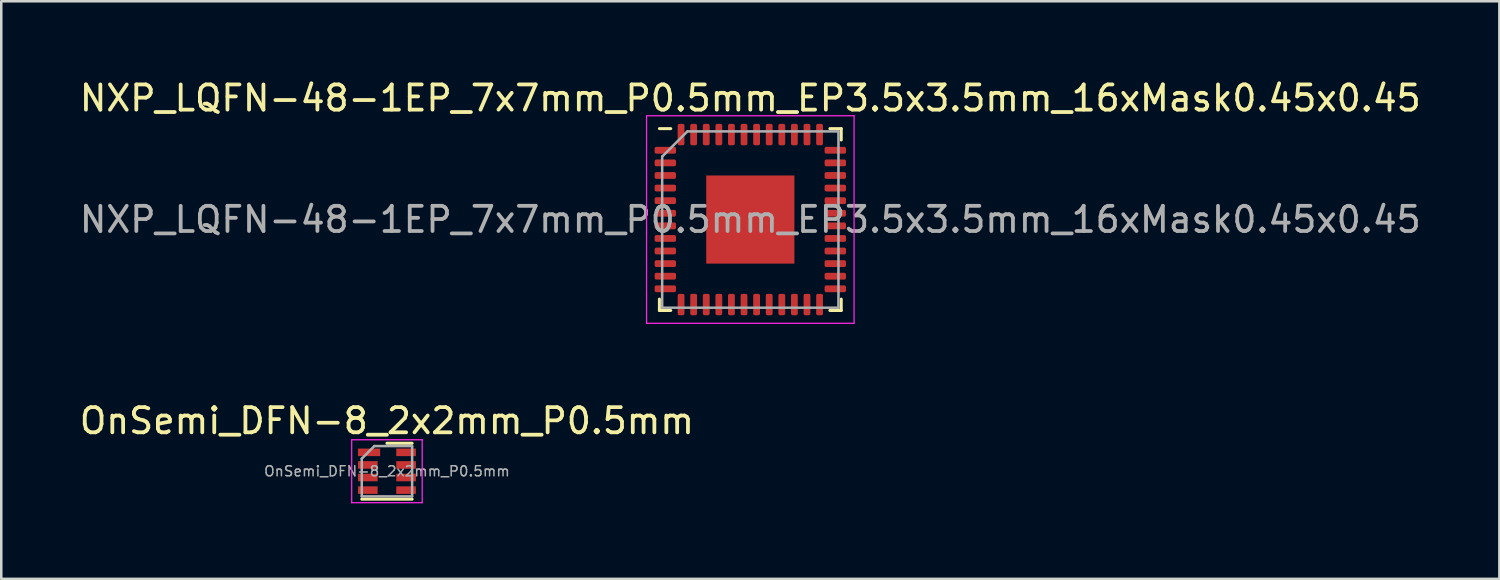
<source format=kicad_pcb>
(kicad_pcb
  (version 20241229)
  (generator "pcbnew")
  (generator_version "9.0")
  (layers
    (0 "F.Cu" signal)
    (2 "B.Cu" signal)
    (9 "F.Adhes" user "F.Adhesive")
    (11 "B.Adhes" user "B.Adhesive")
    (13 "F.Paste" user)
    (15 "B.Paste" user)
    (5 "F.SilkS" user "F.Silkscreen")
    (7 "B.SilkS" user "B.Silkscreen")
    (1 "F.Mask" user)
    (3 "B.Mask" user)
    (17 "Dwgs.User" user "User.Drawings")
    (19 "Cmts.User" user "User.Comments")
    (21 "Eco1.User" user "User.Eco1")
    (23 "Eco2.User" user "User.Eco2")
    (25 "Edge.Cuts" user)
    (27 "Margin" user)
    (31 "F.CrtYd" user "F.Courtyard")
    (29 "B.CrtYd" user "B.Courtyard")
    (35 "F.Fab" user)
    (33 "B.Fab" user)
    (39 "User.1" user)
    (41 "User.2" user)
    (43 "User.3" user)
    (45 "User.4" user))
  (footprint "OnSemi_DFN-8_2x2mm_P0.5mm"
    (layer "F.Cu")
    (at 12.315 15.662)
    (property "Reference" "OnSemi_DFN-8_2x2mm_P0.5mm" (at 0 -2 0) (layer "F.SilkS") (effects (font (size 1 1) (thickness 0.15))))
    (attr smd)
    (fp_line (start -1 1.11) (end 1 1.11) (stroke (width 0.12) (type solid)) (layer "F.SilkS"))
    (fp_line (start 0 -1.11) (end 1 -1.11) (stroke (width 0.12) (type solid)) (layer "F.SilkS"))
    (fp_line (start -1.4 -1.25) (end -1.4 1.25) (stroke (width 0.05) (type solid)) (layer "F.CrtYd"))
    (fp_line (start -1.4 -1.25) (end 1.4 -1.25) (stroke (width 0.05) (type solid)) (layer "F.CrtYd"))
    (fp_line (start -1.4 1.25) (end 1.4 1.25) (stroke (width 0.05) (type solid)) (layer "F.CrtYd"))
    (fp_line (start 1.4 -1.25) (end 1.4 1.25) (stroke (width 0.05) (type solid)) (layer "F.CrtYd"))
    (fp_line (start -1 -0.5) (end -0.5 -1) (stroke (width 0.1) (type solid)) (layer "F.Fab"))
    (fp_line (start -1 1) (end -1 -0.5) (stroke (width 0.1) (type solid)) (layer "F.Fab"))
    (fp_line (start -0.5 -1) (end 1 -1) (stroke (width 0.1) (type solid)) (layer "F.Fab"))
    (fp_line (start 1 -1) (end 1 1) (stroke (width 0.1) (type solid)) (layer "F.Fab"))
    (fp_line (start 1 1) (end -1 1) (stroke (width 0.1) (type solid)) (layer "F.Fab"))
    (fp_text user "${REFERENCE}" (at 0 0 0) (layer "F.Fab") (effects (font (size 0.4 0.4) (thickness 0.06))))
    (pad "1" smd rect (at -0.71 -0.75) (size 0.88 0.3) (layers "F.Cu" "F.Mask" "F.Paste"))
    (pad "2" smd rect (at -0.76 -0.25) (size 0.78 0.3) (layers "F.Cu" "F.Mask" "F.Paste"))
    (pad "3" smd rect (at -0.76 0.25) (size 0.78 0.3) (layers "F.Cu" "F.Mask" "F.Paste"))
    (pad "4" smd rect (at -0.76 0.75) (size 0.78 0.3) (layers "F.Cu" "F.Mask" "F.Paste"))
    (pad "5" smd rect (at 0.76 0.75) (size 0.78 0.3) (layers "F.Cu" "F.Mask" "F.Paste"))
    (pad "6" smd rect (at 0.76 0.25) (size 0.78 0.3) (layers "F.Cu" "F.Mask" "F.Paste"))
    (pad "7" smd rect (at 0.76 -0.25) (size 0.78 0.3) (layers "F.Cu" "F.Mask" "F.Paste"))
    (pad "8" smd rect (at 0.76 -0.75) (size 0.78 0.3) (layers "F.Cu" "F.Mask" "F.Paste")))
  (footprint "NXP_LQFN-48-1EP_7x7mm_P0.5mm_EP3.5x3.5mm_16xMask0.45x0.45"
    (layer "F.Cu")
    (at 26.744 5.668)
    (property "Reference" "NXP_LQFN-48-1EP_7x7mm_P0.5mm_EP3.5x3.5mm_16xMask0.45x0.45" (at 0 -4.82 0) (layer "F.SilkS") (effects (font (size 1 1) (thickness 0.15))))
    (attr smd)
    (fp_line (start -3.61 3.61) (end -3.61 3.16) (stroke (width 0.12) (type solid)) (layer "F.SilkS"))
    (fp_line (start -3.16 -3.61) (end -3.61 -3.61) (stroke (width 0.12) (type solid)) (layer "F.SilkS"))
    (fp_line (start -3.16 3.61) (end -3.61 3.61) (stroke (width 0.12) (type solid)) (layer "F.SilkS"))
    (fp_line (start 3.16 -3.61) (end 3.61 -3.61) (stroke (width 0.12) (type solid)) (layer "F.SilkS"))
    (fp_line (start 3.16 3.61) (end 3.61 3.61) (stroke (width 0.12) (type solid)) (layer "F.SilkS"))
    (fp_line (start 3.61 -3.61) (end 3.61 -3.16) (stroke (width 0.12) (type solid)) (layer "F.SilkS"))
    (fp_line (start 3.61 3.61) (end 3.61 3.16) (stroke (width 0.12) (type solid)) (layer "F.SilkS"))
    (fp_line (start -4.12 -4.12) (end -4.12 4.12) (stroke (width 0.05) (type solid)) (layer "F.CrtYd"))
    (fp_line (start -4.12 4.12) (end 4.12 4.12) (stroke (width 0.05) (type solid)) (layer "F.CrtYd"))
    (fp_line (start 4.12 -4.12) (end -4.12 -4.12) (stroke (width 0.05) (type solid)) (layer "F.CrtYd"))
    (fp_line (start 4.12 4.12) (end 4.12 -4.12) (stroke (width 0.05) (type solid)) (layer "F.CrtYd"))
    (fp_line (start -3.5 -2.5) (end -2.5 -3.5) (stroke (width 0.1) (type solid)) (layer "F.Fab"))
    (fp_line (start -3.5 3.5) (end -3.5 -2.5) (stroke (width 0.1) (type solid)) (layer "F.Fab"))
    (fp_line (start -2.5 -3.5) (end 3.5 -3.5) (stroke (width 0.1) (type solid)) (layer "F.Fab"))
    (fp_line (start 3.5 -3.5) (end 3.5 3.5) (stroke (width 0.1) (type solid)) (layer "F.Fab"))
    (fp_line (start 3.5 3.5) (end -3.5 3.5) (stroke (width 0.1) (type solid)) (layer "F.Fab"))
    (fp_text user "${REFERENCE}" (at 0 0 0) (layer "F.Fab") (effects (font (size 1 1) (thickness 0.15))))
    (pad "" smd rect (at -1.5 -1.5) (size 0.45 0.45) (layers "F.Mask" "F.Paste"))
    (pad "" smd rect (at -1.5 -0.5) (size 0.45 0.45) (layers "F.Mask" "F.Paste"))
    (pad "" smd rect (at -1.5 0.5) (size 0.45 0.45) (layers "F.Mask" "F.Paste"))
    (pad "" smd rect (at -1.5 1.5) (size 0.45 0.45) (layers "F.Mask" "F.Paste"))
    (pad "" smd rect (at -0.5 -1.5) (size 0.45 0.45) (layers "F.Mask" "F.Paste"))
    (pad "" smd rect (at -0.5 -0.5) (size 0.45 0.45) (layers "F.Mask" "F.Paste"))
    (pad "" smd rect (at -0.5 0.5) (size 0.45 0.45) (layers "F.Mask" "F.Paste"))
    (pad "" smd rect (at -0.5 1.5) (size 0.45 0.45) (layers "F.Mask" "F.Paste"))
    (pad "" smd rect (at 0.5 -1.5) (size 0.45 0.45) (layers "F.Mask" "F.Paste"))
    (pad "" smd rect (at 0.5 -0.5) (size 0.45 0.45) (layers "F.Mask" "F.Paste"))
    (pad "" smd rect (at 0.5 0.5) (size 0.45 0.45) (layers "F.Mask" "F.Paste"))
    (pad "" smd rect (at 0.5 1.5) (size 0.45 0.45) (layers "F.Mask" "F.Paste"))
    (pad "" smd rect (at 1.5 -1.5) (size 0.45 0.45) (layers "F.Mask" "F.Paste"))
    (pad "" smd rect (at 1.5 -0.5) (size 0.45 0.45) (layers "F.Mask" "F.Paste"))
    (pad "" smd rect (at 1.5 0.5) (size 0.45 0.45) (layers "F.Mask" "F.Paste"))
    (pad "" smd rect (at 1.5 1.5) (size 0.45 0.45) (layers "F.Mask" "F.Paste"))
    (pad "1" smd roundrect (at -3.375 -2.75) (size 0.85 0.27) (layers "F.Cu" "F.Mask" "F.Paste") (roundrect_rratio 0.25))
    (pad "2" smd roundrect (at -3.375 -2.25) (size 0.85 0.27) (layers "F.Cu" "F.Mask" "F.Paste") (roundrect_rratio 0.25))
    (pad "3" smd roundrect (at -3.375 -1.75) (size 0.85 0.27) (layers "F.Cu" "F.Mask" "F.Paste") (roundrect_rratio 0.25))
    (pad "4" smd roundrect (at -3.375 -1.25) (size 0.85 0.27) (layers "F.Cu" "F.Mask" "F.Paste") (roundrect_rratio 0.25))
    (pad "5" smd roundrect (at -3.375 -0.75) (size 0.85 0.27) (layers "F.Cu" "F.Mask" "F.Paste") (roundrect_rratio 0.25))
    (pad "6" smd roundrect (at -3.375 -0.25) (size 0.85 0.27) (layers "F.Cu" "F.Mask" "F.Paste") (roundrect_rratio 0.25))
    (pad "7" smd roundrect (at -3.375 0.25) (size 0.85 0.27) (layers "F.Cu" "F.Mask" "F.Paste") (roundrect_rratio 0.25))
    (pad "8" smd roundrect (at -3.375 0.75) (size 0.85 0.27) (layers "F.Cu" "F.Mask" "F.Paste") (roundrect_rratio 0.25))
    (pad "9" smd roundrect (at -3.375 1.25) (size 0.85 0.27) (layers "F.Cu" "F.Mask" "F.Paste") (roundrect_rratio 0.25))
    (pad "10" smd roundrect (at -3.375 1.75) (size 0.85 0.27) (layers "F.Cu" "F.Mask" "F.Paste") (roundrect_rratio 0.25))
    (pad "11" smd roundrect (at -3.375 2.25) (size 0.85 0.27) (layers "F.Cu" "F.Mask" "F.Paste") (roundrect_rratio 0.25))
    (pad "12" smd roundrect (at -3.375 2.75) (size 0.85 0.27) (layers "F.Cu" "F.Mask" "F.Paste") (roundrect_rratio 0.25))
    (pad "13" smd roundrect (at -2.75 3.375) (size 0.27 0.85) (layers "F.Cu" "F.Mask" "F.Paste") (roundrect_rratio 0.25))
    (pad "14" smd roundrect (at -2.25 3.375) (size 0.27 0.85) (layers "F.Cu" "F.Mask" "F.Paste") (roundrect_rratio 0.25))
    (pad "15" smd roundrect (at -1.75 3.375) (size 0.27 0.85) (layers "F.Cu" "F.Mask" "F.Paste") (roundrect_rratio 0.25))
    (pad "16" smd roundrect (at -1.25 3.375) (size 0.27 0.85) (layers "F.Cu" "F.Mask" "F.Paste") (roundrect_rratio 0.25))
    (pad "17" smd roundrect (at -0.75 3.375) (size 0.27 0.85) (layers "F.Cu" "F.Mask" "F.Paste") (roundrect_rratio 0.25))
    (pad "18" smd roundrect (at -0.25 3.375) (size 0.27 0.85) (layers "F.Cu" "F.Mask" "F.Paste") (roundrect_rratio 0.25))
    (pad "19" smd roundrect (at 0.25 3.375) (size 0.27 0.85) (layers "F.Cu" "F.Mask" "F.Paste") (roundrect_rratio 0.25))
    (pad "20" smd roundrect (at 0.75 3.375) (size 0.27 0.85) (layers "F.Cu" "F.Mask" "F.Paste") (roundrect_rratio 0.25))
    (pad "21" smd roundrect (at 1.25 3.375) (size 0.27 0.85) (layers "F.Cu" "F.Mask" "F.Paste") (roundrect_rratio 0.25))
    (pad "22" smd roundrect (at 1.75 3.375) (size 0.27 0.85) (layers "F.Cu" "F.Mask" "F.Paste") (roundrect_rratio 0.25))
    (pad "23" smd roundrect (at 2.25 3.375) (size 0.27 0.85) (layers "F.Cu" "F.Mask" "F.Paste") (roundrect_rratio 0.25))
    (pad "24" smd roundrect (at 2.75 3.375) (size 0.27 0.85) (layers "F.Cu" "F.Mask" "F.Paste") (roundrect_rratio 0.25))
    (pad "25" smd roundrect (at 3.375 2.75) (size 0.85 0.27) (layers "F.Cu" "F.Mask" "F.Paste") (roundrect_rratio 0.25))
    (pad "26" smd roundrect (at 3.375 2.25) (size 0.85 0.27) (layers "F.Cu" "F.Mask" "F.Paste") (roundrect_rratio 0.25))
    (pad "27" smd roundrect (at 3.375 1.75) (size 0.85 0.27) (layers "F.Cu" "F.Mask" "F.Paste") (roundrect_rratio 0.25))
    (pad "28" smd roundrect (at 3.375 1.25) (size 0.85 0.27) (layers "F.Cu" "F.Mask" "F.Paste") (roundrect_rratio 0.25))
    (pad "29" smd roundrect (at 3.375 0.75) (size 0.85 0.27) (layers "F.Cu" "F.Mask" "F.Paste") (roundrect_rratio 0.25))
    (pad "30" smd roundrect (at 3.375 0.25) (size 0.85 0.27) (layers "F.Cu" "F.Mask" "F.Paste") (roundrect_rratio 0.25))
    (pad "31" smd roundrect (at 3.375 -0.25) (size 0.85 0.27) (layers "F.Cu" "F.Mask" "F.Paste") (roundrect_rratio 0.25))
    (pad "32" smd roundrect (at 3.375 -0.75) (size 0.85 0.27) (layers "F.Cu" "F.Mask" "F.Paste") (roundrect_rratio 0.25))
    (pad "33" smd roundrect (at 3.375 -1.25) (size 0.85 0.27) (layers "F.Cu" "F.Mask" "F.Paste") (roundrect_rratio 0.25))
    (pad "34" smd roundrect (at 3.375 -1.75) (size 0.85 0.27) (layers "F.Cu" "F.Mask" "F.Paste") (roundrect_rratio 0.25))
    (pad "35" smd roundrect (at 3.375 -2.25) (size 0.85 0.27) (layers "F.Cu" "F.Mask" "F.Paste") (roundrect_rratio 0.25))
    (pad "36" smd roundrect (at 3.375 -2.75) (size 0.85 0.27) (layers "F.Cu" "F.Mask" "F.Paste") (roundrect_rratio 0.25))
    (pad "37" smd roundrect (at 2.75 -3.375) (size 0.27 0.85) (layers "F.Cu" "F.Mask" "F.Paste") (roundrect_rratio 0.25))
    (pad "38" smd roundrect (at 2.25 -3.375) (size 0.27 0.85) (layers "F.Cu" "F.Mask" "F.Paste") (roundrect_rratio 0.25))
    (pad "39" smd roundrect (at 1.75 -3.375) (size 0.27 0.85) (layers "F.Cu" "F.Mask" "F.Paste") (roundrect_rratio 0.25))
    (pad "40" smd roundrect (at 1.25 -3.375) (size 0.27 0.85) (layers "F.Cu" "F.Mask" "F.Paste") (roundrect_rratio 0.25))
    (pad "41" smd roundrect (at 0.75 -3.375) (size 0.27 0.85) (layers "F.Cu" "F.Mask" "F.Paste") (roundrect_rratio 0.25))
    (pad "42" smd roundrect (at 0.25 -3.375) (size 0.27 0.85) (layers "F.Cu" "F.Mask" "F.Paste") (roundrect_rratio 0.25))
    (pad "43" smd roundrect (at -0.25 -3.375) (size 0.27 0.85) (layers "F.Cu" "F.Mask" "F.Paste") (roundrect_rratio 0.25))
    (pad "44" smd roundrect (at -0.75 -3.375) (size 0.27 0.85) (layers "F.Cu" "F.Mask" "F.Paste") (roundrect_rratio 0.25))
    (pad "45" smd roundrect (at -1.25 -3.375) (size 0.27 0.85) (layers "F.Cu" "F.Mask" "F.Paste") (roundrect_rratio 0.25))
    (pad "46" smd roundrect (at -1.75 -3.375) (size 0.27 0.85) (layers "F.Cu" "F.Mask" "F.Paste") (roundrect_rratio 0.25))
    (pad "47" smd roundrect (at -2.25 -3.375) (size 0.27 0.85) (layers "F.Cu" "F.Mask" "F.Paste") (roundrect_rratio 0.25))
    (pad "48" smd roundrect (at -2.75 -3.375) (size 0.27 0.85) (layers "F.Cu" "F.Mask" "F.Paste") (roundrect_rratio 0.25))
    (pad "49" smd rect (at 0 0) (size 3.5 3.5) (layers "F.Cu")))
  (gr_rect
    (start -3 -3)
    (end 56.488 19.936)
    (stroke (width 0.1) (type default))
    (fill no)
    (layer "Edge.Cuts")))
</source>
